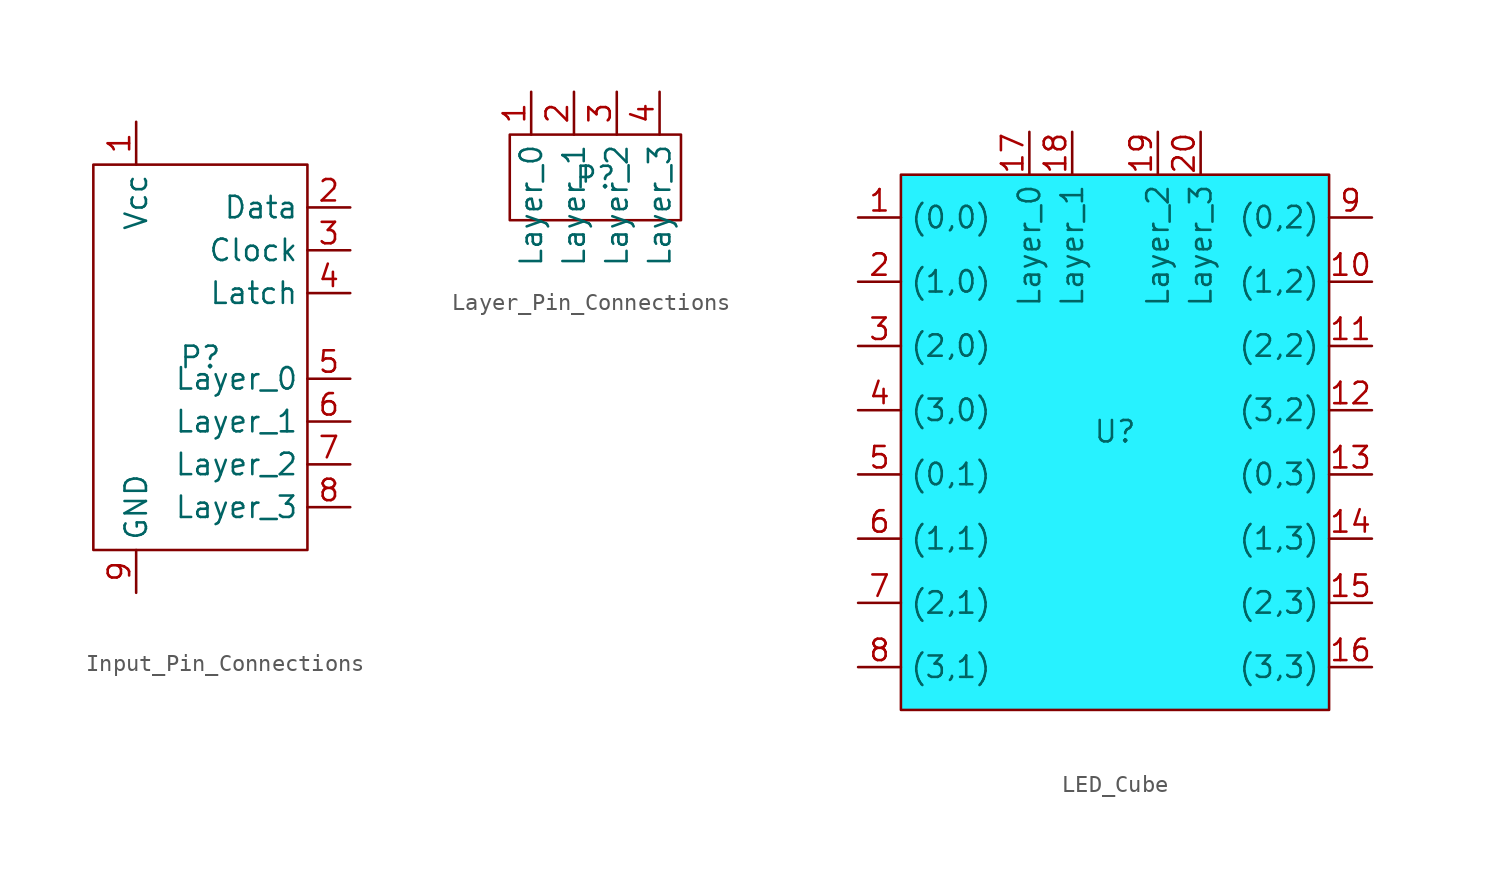
<source format=kicad_sym>
(kicad_symbol_lib
  (version 20241209)
  (generator "kicad_symbol_editor")
  (generator_version "9.0")
  (symbol "Input_Pin_Connections"
    (property "Reference" "P"
      (at 0 0 0)
      (effects (font (size 1.27 1.27))))
    (property "Value" ""
      (at 0 0 0)
      (effects (font (size 1.27 1.27))))
    (symbol "Input_Pin_Connections_0_1"
      (rectangle (start -6.35 11.43) (end 6.35 -11.43) (stroke (width 0) (type default)) (fill (type none))))
    (symbol "Input_Pin_Connections_1_1"
      (pin power_out line (at -3.81 13.97 270) (length 2.54) (name "Vcc" (effects (font (size 1.27 1.27)))) (number "1" (effects (font (size 1.27 1.27)))))
      (pin power_out line (at -3.81 -13.97 90) (length 2.54) (name "GND" (effects (font (size 1.27 1.27)))) (number "9" (effects (font (size 1.27 1.27)))))
      (pin input line (at 8.89 8.89 180) (length 2.54) (name "Data" (effects (font (size 1.27 1.27)))) (number "2" (effects (font (size 1.27 1.27)))))
      (pin input line (at 8.89 6.35 180) (length 2.54) (name "Clock" (effects (font (size 1.27 1.27)))) (number "3" (effects (font (size 1.27 1.27)))))
      (pin input line (at 8.89 3.81 180) (length 2.54) (name "Latch" (effects (font (size 1.27 1.27)))) (number "4" (effects (font (size 1.27 1.27)))))
      (pin output line (at 8.89 -1.27 180) (length 2.54) (name "Layer_0" (effects (font (size 1.27 1.27)))) (number "5" (effects (font (size 1.27 1.27)))))
      (pin output line (at 8.89 -3.81 180) (length 2.54) (name "Layer_1" (effects (font (size 1.27 1.27)))) (number "6" (effects (font (size 1.27 1.27)))))
      (pin output line (at 8.89 -6.35 180) (length 2.54) (name "Layer_2" (effects (font (size 1.27 1.27)))) (number "7" (effects (font (size 1.27 1.27)))))
      (pin output line (at 8.89 -8.89 180) (length 2.54) (name "Layer_3" (effects (font (size 1.27 1.27)))) (number "8" (effects (font (size 1.27 1.27)))))))
  (symbol "Layer_Pin_Connections"
    (property "Reference" "P"
      (at 0 0 0)
      (effects (font (size 1.27 1.27))))
    (property "Value" ""
      (at 0 0 0)
      (effects (font (size 1.27 1.27))))
    (symbol "Layer_Pin_Connections_0_1"
      (rectangle (start -5.08 2.54) (end 5.08 -2.54) (stroke (width 0) (type default)) (fill (type none))))
    (symbol "Layer_Pin_Connections_1_1"
      (pin output line (at -3.81 5.08 270) (length 2.54) (name "Layer_0" (effects (font (size 1.27 1.27)))) (number "1" (effects (font (size 1.27 1.27)))))
      (pin output line (at -1.27 5.08 270) (length 2.54) (name "Layer_1" (effects (font (size 1.27 1.27)))) (number "2" (effects (font (size 1.27 1.27)))))
      (pin output line (at 1.27 5.08 270) (length 2.54) (name "Layer_2" (effects (font (size 1.27 1.27)))) (number "3" (effects (font (size 1.27 1.27)))))
      (pin output line (at 3.81 5.08 270) (length 2.54) (name "Layer_3" (effects (font (size 1.27 1.27)))) (number "4" (effects (font (size 1.27 1.27)))))))
  (symbol "LED_Cube"
    (property "Reference" "U"
      (at 0 0 0)
      (effects (font (size 1.27 1.27))))
    (property "Value" ""
      (at 0 0 0)
      (effects (font (size 1.27 1.27))))
    (symbol "LED_Cube_1_1"
      (rectangle (start -12.7 15.24) (end 12.7 -16.51) (stroke (width 0) (type solid)) (fill (type color) (color 39 242 255 1)))
      (pin input line (at -15.24 12.7 0) (length 2.54) (name "(0,0)" (effects (font (size 1.27 1.27)))) (number "1" (effects (font (size 1.27 1.27)))))
      (pin input line (at -15.24 8.89 0) (length 2.54) (name "(1,0)" (effects (font (size 1.27 1.27)))) (number "2" (effects (font (size 1.27 1.27)))))
      (pin input line (at -15.24 5.08 0) (length 2.54) (name "(2,0)" (effects (font (size 1.27 1.27)))) (number "3" (effects (font (size 1.27 1.27)))))
      (pin input line (at -15.24 1.27 0) (length 2.54) (name "(3,0)" (effects (font (size 1.27 1.27)))) (number "4" (effects (font (size 1.27 1.27)))))
      (pin input line (at -15.24 -2.54 0) (length 2.54) (name "(0,1)" (effects (font (size 1.27 1.27)))) (number "5" (effects (font (size 1.27 1.27)))))
      (pin input line (at -15.24 -6.35 0) (length 2.54) (name "(1,1)" (effects (font (size 1.27 1.27)))) (number "6" (effects (font (size 1.27 1.27)))))
      (pin input line (at -15.24 -10.16 0) (length 2.54) (name "(2,1)" (effects (font (size 1.27 1.27)))) (number "7" (effects (font (size 1.27 1.27)))))
      (pin input line (at -15.24 -13.97 0) (length 2.54) (name "(3,1)" (effects (font (size 1.27 1.27)))) (number "8" (effects (font (size 1.27 1.27)))))
      (pin output line (at -5.08 17.78 270) (length 2.54) (name "Layer_0" (effects (font (size 1.27 1.27)))) (number "17" (effects (font (size 1.27 1.27)))))
      (pin output line (at -2.54 17.78 270) (length 2.54) (name "Layer_1" (effects (font (size 1.27 1.27)))) (number "18" (effects (font (size 1.27 1.27)))))
      (pin output line (at 2.54 17.78 270) (length 2.54) (name "Layer_2" (effects (font (size 1.27 1.27)))) (number "19" (effects (font (size 1.27 1.27)))))
      (pin output line (at 5.08 17.78 270) (length 2.54) (name "Layer_3" (effects (font (size 1.27 1.27)))) (number "20" (effects (font (size 1.27 1.27)))))
      (pin input line (at 15.24 12.7 180) (length 2.54) (name "(0,2)" (effects (font (size 1.27 1.27)))) (number "9" (effects (font (size 1.27 1.27)))))
      (pin input line (at 15.24 8.89 180) (length 2.54) (name "(1,2)" (effects (font (size 1.27 1.27)))) (number "10" (effects (font (size 1.27 1.27)))))
      (pin input line (at 15.24 5.08 180) (length 2.54) (name "(2,2)" (effects (font (size 1.27 1.27)))) (number "11" (effects (font (size 1.27 1.27)))))
      (pin input line (at 15.24 1.27 180) (length 2.54) (name "(3,2)" (effects (font (size 1.27 1.27)))) (number "12" (effects (font (size 1.27 1.27)))))
      (pin input line (at 15.24 -2.54 180) (length 2.54) (name "(0,3)" (effects (font (size 1.27 1.27)))) (number "13" (effects (font (size 1.27 1.27)))))
      (pin input line (at 15.24 -6.35 180) (length 2.54) (name "(1,3)" (effects (font (size 1.27 1.27)))) (number "14" (effects (font (size 1.27 1.27)))))
      (pin input line (at 15.24 -10.16 180) (length 2.54) (name "(2,3)" (effects (font (size 1.27 1.27)))) (number "15" (effects (font (size 1.27 1.27)))))
      (pin input line (at 15.24 -13.97 180) (length 2.54) (name "(3,3)" (effects (font (size 1.27 1.27)))) (number "16" (effects (font (size 1.27 1.27))))))))
</source>
